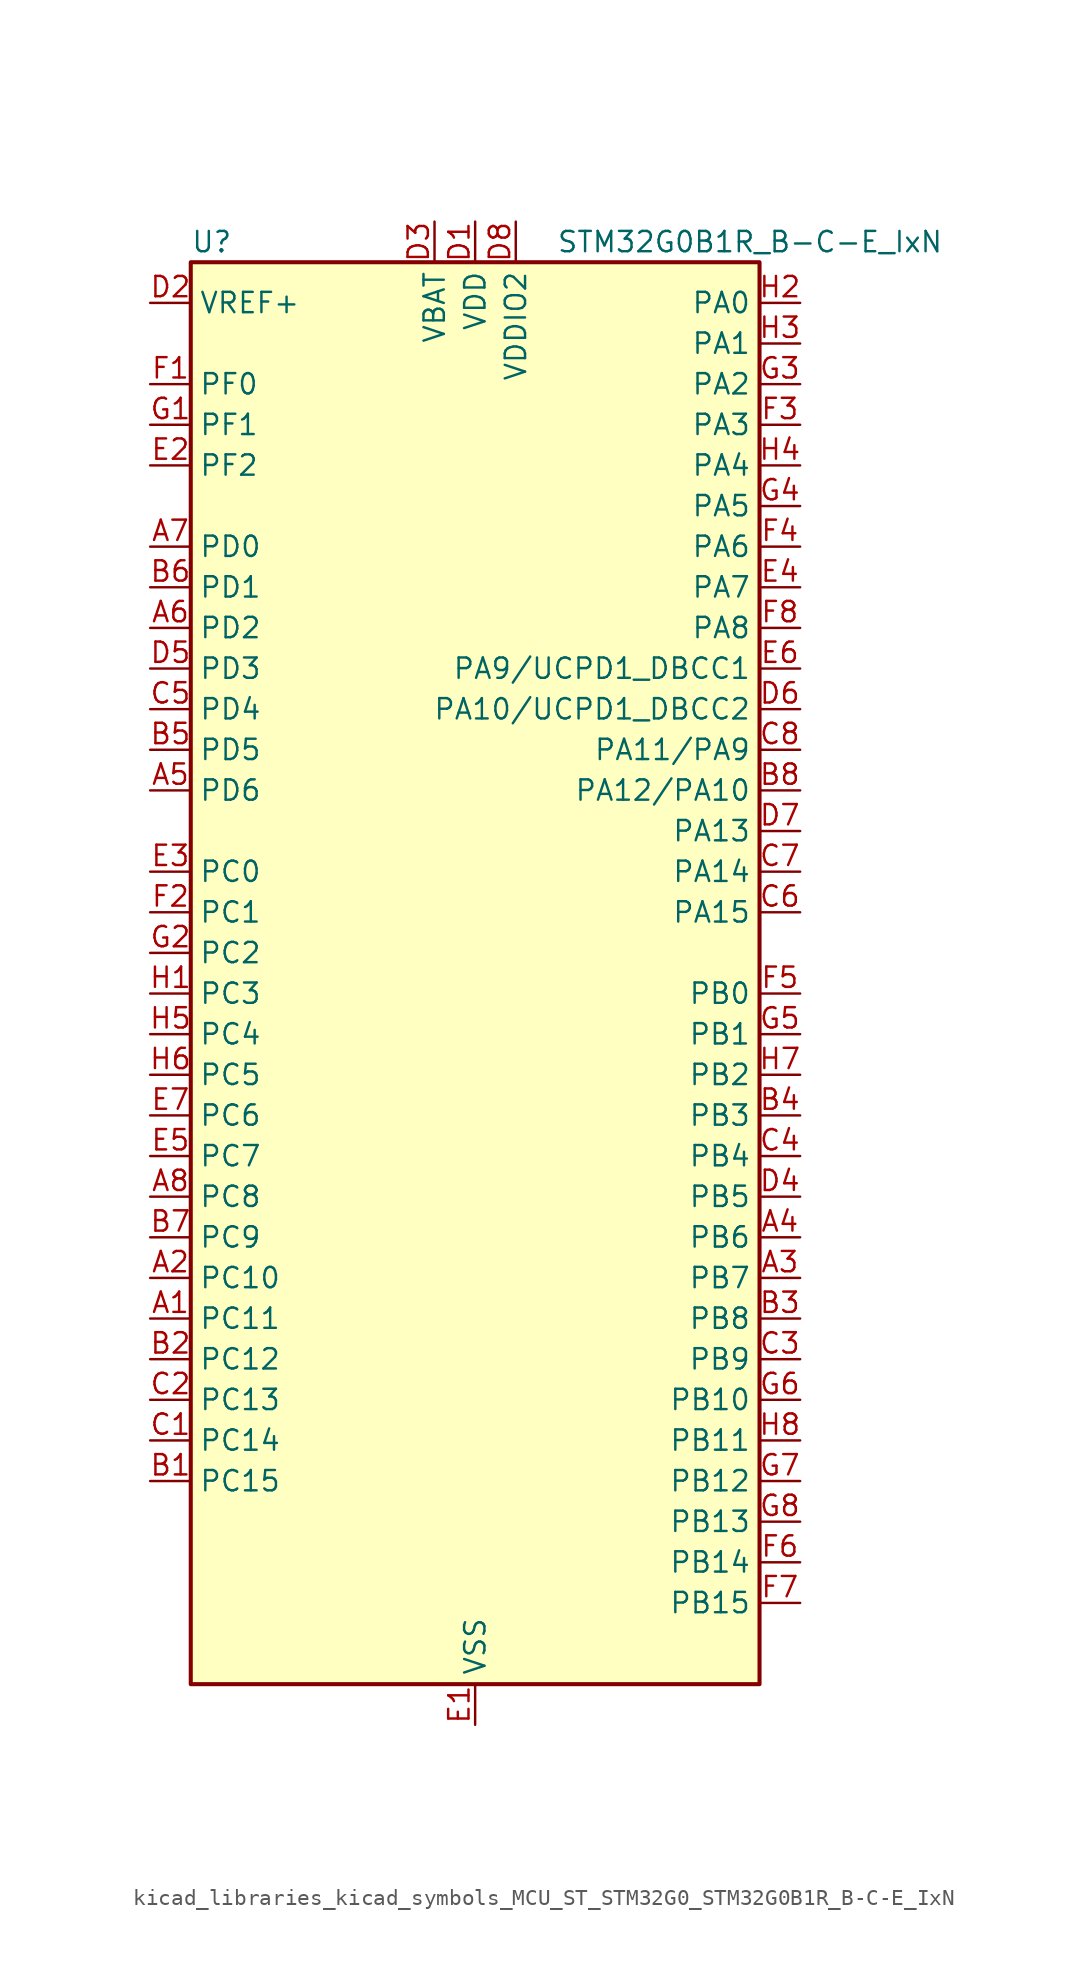
<source format=kicad_sym>
(kicad_symbol_lib
  (version 20220914)
  (generator kicad_symbol_editor)
  (symbol "kicad_libraries_kicad_symbols_MCU_ST_STM32G0_STM32G0B1R_B-C-E_IxN"
    (property "Reference" "U"
      (at -17.78 46.99 0)
      (effects (font (size 1.27 1.27)) (justify left)))
    (property "Value" "STM32G0B1R_B-C-E_IxN"
      (at 5.08 46.99 0)
      (effects (font (size 1.27 1.27)) (justify left)))
    (property "ki_locked" ""
      (at 0 0 0)
      (effects (font (size 1.27 1.27))))
    (symbol "kicad_libraries_kicad_symbols_MCU_ST_STM32G0_STM32G0B1R_B-C-E_IxN_0_1"
      (rectangle (start -17.78 -43.18) (end 17.78 45.72) (stroke (width 0.254) (type default)) (fill (type background))))
    (symbol "kicad_libraries_kicad_symbols_MCU_ST_STM32G0_STM32G0B1R_B-C-E_IxN_1_1"
      (pin bidirectional line (at -20.32 -20.32 0) (length 2.54) (name "PC11" (effects (font (size 1.27 1.27)))) (number "A1" (effects (font (size 1.27 1.27)))) (alternate "ADC1_EXTI11" bidirectional line) (alternate "SPI3_MISO" bidirectional line) (alternate "TIM1_CH4" bidirectional line) (alternate "USART3_RX" bidirectional line) (alternate "USART4_RX" bidirectional line))
      (pin bidirectional line (at -20.32 -17.78 0) (length 2.54) (name "PC10" (effects (font (size 1.27 1.27)))) (number "A2" (effects (font (size 1.27 1.27)))) (alternate "SPI3_SCK" bidirectional line) (alternate "TIM1_CH3" bidirectional line) (alternate "USART3_TX" bidirectional line) (alternate "USART4_TX" bidirectional line))
      (pin bidirectional line (at 20.32 -17.78 180) (length 2.54) (name "PB7" (effects (font (size 1.27 1.27)))) (number "A3" (effects (font (size 1.27 1.27)))) (alternate "COMP2_INM" bidirectional line) (alternate "I2C1_SDA" bidirectional line) (alternate "I2S2_SD" bidirectional line) (alternate "LPTIM1_IN2" bidirectional line) (alternate "LPUART2_RX" bidirectional line) (alternate "SPI2_MOSI" bidirectional line) (alternate "SYS_PVD_IN" bidirectional line) (alternate "TIM17_CH1N" bidirectional line) (alternate "TIM4_CH2" bidirectional line) (alternate "USART1_RX" bidirectional line) (alternate "USART4_CTS" bidirectional line) (alternate "USART4_NSS" bidirectional line))
      (pin bidirectional line (at 20.32 -15.24 180) (length 2.54) (name "PB6" (effects (font (size 1.27 1.27)))) (number "A4" (effects (font (size 1.27 1.27)))) (alternate "COMP2_INP" bidirectional line) (alternate "FDCAN2_TX" bidirectional line) (alternate "I2C1_SCL" bidirectional line) (alternate "I2S2_MCK" bidirectional line) (alternate "LPTIM1_ETR" bidirectional line) (alternate "LPUART2_TX" bidirectional line) (alternate "SPI2_MISO" bidirectional line) (alternate "TIM16_CH1N" bidirectional line) (alternate "TIM1_CH3" bidirectional line) (alternate "TIM4_CH1" bidirectional line) (alternate "USART1_TX" bidirectional line) (alternate "USART5_CTS" bidirectional line) (alternate "USART5_NSS" bidirectional line))
      (pin bidirectional line (at -20.32 12.7 0) (length 2.54) (name "PD6" (effects (font (size 1.27 1.27)))) (number "A5" (effects (font (size 1.27 1.27)))) (alternate "I2S1_SD" bidirectional line) (alternate "LPTIM2_OUT" bidirectional line) (alternate "SPI1_MOSI" bidirectional line) (alternate "USART2_RX" bidirectional line))
      (pin bidirectional line (at -20.32 22.86 0) (length 2.54) (name "PD2" (effects (font (size 1.27 1.27)))) (number "A6" (effects (font (size 1.27 1.27)))) (alternate "TIM1_CH1N" bidirectional line) (alternate "TIM3_ETR" bidirectional line) (alternate "UCPD2_CC2" bidirectional line) (alternate "USART3_CK" bidirectional line) (alternate "USART3_DE" bidirectional line) (alternate "USART3_RTS" bidirectional line) (alternate "USART5_RX" bidirectional line))
      (pin bidirectional line (at -20.32 27.94 0) (length 2.54) (name "PD0" (effects (font (size 1.27 1.27)))) (number "A7" (effects (font (size 1.27 1.27)))) (alternate "FDCAN1_RX" bidirectional line) (alternate "I2S2_WS" bidirectional line) (alternate "SPI2_NSS" bidirectional line) (alternate "TIM16_CH1" bidirectional line) (alternate "UCPD2_CC1" bidirectional line))
      (pin bidirectional line (at -20.32 -12.7 0) (length 2.54) (name "PC8" (effects (font (size 1.27 1.27)))) (number "A8" (effects (font (size 1.27 1.27)))) (alternate "LPUART2_CTS" bidirectional line) (alternate "TIM1_CH1" bidirectional line) (alternate "TIM3_CH3" bidirectional line) (alternate "UCPD2_FRSTX1" bidirectional line) (alternate "UCPD2_FRSTX2" bidirectional line))
      (pin bidirectional line (at -20.32 -30.48 0) (length 2.54) (name "PC15" (effects (font (size 1.27 1.27)))) (number "B1" (effects (font (size 1.27 1.27)))) (alternate "RCC_OSC32_EN" bidirectional line) (alternate "RCC_OSC32_OUT" bidirectional line) (alternate "RCC_OSC_EN" bidirectional line) (alternate "TIM15_BK" bidirectional line))
      (pin bidirectional line (at -20.32 -22.86 0) (length 2.54) (name "PC12" (effects (font (size 1.27 1.27)))) (number "B2" (effects (font (size 1.27 1.27)))) (alternate "LPTIM1_IN1" bidirectional line) (alternate "SPI3_MOSI" bidirectional line) (alternate "TIM14_CH1" bidirectional line) (alternate "UCPD1_FRSTX1" bidirectional line) (alternate "UCPD1_FRSTX2" bidirectional line) (alternate "USART5_TX" bidirectional line))
      (pin bidirectional line (at 20.32 -20.32 180) (length 2.54) (name "PB8" (effects (font (size 1.27 1.27)))) (number "B3" (effects (font (size 1.27 1.27)))) (alternate "CEC" bidirectional line) (alternate "FDCAN1_RX" bidirectional line) (alternate "I2C1_SCL" bidirectional line) (alternate "I2S2_CK" bidirectional line) (alternate "SPI2_SCK" bidirectional line) (alternate "TIM15_BK" bidirectional line) (alternate "TIM16_CH1" bidirectional line) (alternate "TIM4_CH3" bidirectional line) (alternate "USART3_TX" bidirectional line) (alternate "USART6_TX" bidirectional line))
      (pin bidirectional line (at 20.32 -7.62 180) (length 2.54) (name "PB3" (effects (font (size 1.27 1.27)))) (number "B4" (effects (font (size 1.27 1.27)))) (alternate "COMP2_INM" bidirectional line) (alternate "I2C2_SCL" bidirectional line) (alternate "I2C3_SCL" bidirectional line) (alternate "I2S1_CK" bidirectional line) (alternate "SPI1_SCK" bidirectional line) (alternate "SPI3_SCK" bidirectional line) (alternate "TIM1_CH2" bidirectional line) (alternate "TIM2_CH2" bidirectional line) (alternate "USART1_CK" bidirectional line) (alternate "USART1_DE" bidirectional line) (alternate "USART1_RTS" bidirectional line) (alternate "USART5_TX" bidirectional line))
      (pin bidirectional line (at -20.32 15.24 0) (length 2.54) (name "PD5" (effects (font (size 1.27 1.27)))) (number "B5" (effects (font (size 1.27 1.27)))) (alternate "I2S1_MCK" bidirectional line) (alternate "SPI1_MISO" bidirectional line) (alternate "TIM1_BK" bidirectional line) (alternate "USART2_TX" bidirectional line) (alternate "USART5_CTS" bidirectional line) (alternate "USART5_NSS" bidirectional line))
      (pin bidirectional line (at -20.32 25.4 0) (length 2.54) (name "PD1" (effects (font (size 1.27 1.27)))) (number "B6" (effects (font (size 1.27 1.27)))) (alternate "FDCAN1_TX" bidirectional line) (alternate "I2S2_CK" bidirectional line) (alternate "SPI2_SCK" bidirectional line) (alternate "TIM17_CH1" bidirectional line) (alternate "UCPD2_DBCC1" bidirectional line))
      (pin bidirectional line (at -20.32 -15.24 0) (length 2.54) (name "PC9" (effects (font (size 1.27 1.27)))) (number "B7" (effects (font (size 1.27 1.27)))) (alternate "DAC1_EXTI9" bidirectional line) (alternate "I2S_CKIN" bidirectional line) (alternate "LPUART2_DE" bidirectional line) (alternate "LPUART2_RTS" bidirectional line) (alternate "TIM1_CH2" bidirectional line) (alternate "TIM3_CH4" bidirectional line) (alternate "USB_NOE" bidirectional line))
      (pin bidirectional line (at 20.32 12.7 180) (length 2.54) (name "PA12/PA10" (effects (font (size 1.27 1.27)))) (number "B8" (effects (font (size 1.27 1.27)))) (alternate "COMP2_OUT" bidirectional line) (alternate "FDCAN1_TX" bidirectional line) (alternate "I2C2_SDA" bidirectional line) (alternate "I2S1_SD" bidirectional line) (alternate "I2S_CKIN" bidirectional line) (alternate "SPI1_MOSI" bidirectional line) (alternate "TIM1_ETR" bidirectional line) (alternate "USART1_CK" bidirectional line) (alternate "USART1_DE" bidirectional line) (alternate "USART1_RTS" bidirectional line) (alternate "USB_DP" bidirectional line))
      (pin bidirectional line (at -20.32 -27.94 0) (length 2.54) (name "PC14" (effects (font (size 1.27 1.27)))) (number "C1" (effects (font (size 1.27 1.27)))) (alternate "RCC_OSC32_IN" bidirectional line) (alternate "TIM1_BK2" bidirectional line))
      (pin bidirectional line (at -20.32 -25.4 0) (length 2.54) (name "PC13" (effects (font (size 1.27 1.27)))) (number "C2" (effects (font (size 1.27 1.27)))) (alternate "RTC_OUT1" bidirectional line) (alternate "RTC_TAMP_IN1" bidirectional line) (alternate "RTC_TS" bidirectional line) (alternate "SYS_WKUP2" bidirectional line) (alternate "TIM1_BK" bidirectional line))
      (pin bidirectional line (at 20.32 -22.86 180) (length 2.54) (name "PB9" (effects (font (size 1.27 1.27)))) (number "C3" (effects (font (size 1.27 1.27)))) (alternate "DAC1_EXTI9" bidirectional line) (alternate "FDCAN1_TX" bidirectional line) (alternate "I2C1_SDA" bidirectional line) (alternate "I2S2_WS" bidirectional line) (alternate "IR_OUT" bidirectional line) (alternate "SPI2_NSS" bidirectional line) (alternate "TIM17_CH1" bidirectional line) (alternate "TIM4_CH4" bidirectional line) (alternate "UCPD2_FRSTX1" bidirectional line) (alternate "UCPD2_FRSTX2" bidirectional line) (alternate "USART3_RX" bidirectional line) (alternate "USART6_RX" bidirectional line))
      (pin bidirectional line (at 20.32 -10.16 180) (length 2.54) (name "PB4" (effects (font (size 1.27 1.27)))) (number "C4" (effects (font (size 1.27 1.27)))) (alternate "COMP2_INP" bidirectional line) (alternate "I2C2_SDA" bidirectional line) (alternate "I2C3_SDA" bidirectional line) (alternate "I2S1_MCK" bidirectional line) (alternate "SPI1_MISO" bidirectional line) (alternate "SPI3_MISO" bidirectional line) (alternate "TIM17_BK" bidirectional line) (alternate "TIM3_CH1" bidirectional line) (alternate "USART1_CTS" bidirectional line) (alternate "USART1_NSS" bidirectional line) (alternate "USART5_RX" bidirectional line))
      (pin bidirectional line (at -20.32 17.78 0) (length 2.54) (name "PD4" (effects (font (size 1.27 1.27)))) (number "C5" (effects (font (size 1.27 1.27)))) (alternate "I2S2_SD" bidirectional line) (alternate "SPI2_MOSI" bidirectional line) (alternate "TIM1_CH3N" bidirectional line) (alternate "USART2_CK" bidirectional line) (alternate "USART2_DE" bidirectional line) (alternate "USART2_RTS" bidirectional line) (alternate "USART5_CK" bidirectional line) (alternate "USART5_DE" bidirectional line) (alternate "USART5_RTS" bidirectional line))
      (pin bidirectional line (at 20.32 5.08 180) (length 2.54) (name "PA15" (effects (font (size 1.27 1.27)))) (number "C6" (effects (font (size 1.27 1.27)))) (alternate "I2C2_SMBA" bidirectional line) (alternate "I2S1_WS" bidirectional line) (alternate "RCC_MCO_2" bidirectional line) (alternate "SPI1_NSS" bidirectional line) (alternate "SPI3_NSS" bidirectional line) (alternate "TIM2_CH1" bidirectional line) (alternate "TIM2_ETR" bidirectional line) (alternate "USART2_RX" bidirectional line) (alternate "USART3_CK" bidirectional line) (alternate "USART3_DE" bidirectional line) (alternate "USART3_RTS" bidirectional line) (alternate "USART4_CK" bidirectional line) (alternate "USART4_DE" bidirectional line) (alternate "USART4_RTS" bidirectional line) (alternate "USB_NOE" bidirectional line))
      (pin bidirectional line (at 20.32 7.62 180) (length 2.54) (name "PA14" (effects (font (size 1.27 1.27)))) (number "C7" (effects (font (size 1.27 1.27)))) (alternate "LPUART2_TX" bidirectional line) (alternate "SYS_SWCLK" bidirectional line) (alternate "USART2_TX" bidirectional line))
      (pin bidirectional line (at 20.32 15.24 180) (length 2.54) (name "PA11/PA9" (effects (font (size 1.27 1.27)))) (number "C8" (effects (font (size 1.27 1.27)))) (alternate "ADC1_EXTI11" bidirectional line) (alternate "COMP1_OUT" bidirectional line) (alternate "FDCAN1_RX" bidirectional line) (alternate "I2C2_SCL" bidirectional line) (alternate "I2S1_MCK" bidirectional line) (alternate "SPI1_MISO" bidirectional line) (alternate "TIM1_BK2" bidirectional line) (alternate "TIM1_CH4" bidirectional line) (alternate "USART1_CTS" bidirectional line) (alternate "USART1_NSS" bidirectional line) (alternate "USB_DM" bidirectional line))
      (pin power_in line (at 0 48.26 270) (length 2.54) (name "VDD" (effects (font (size 1.27 1.27)))) (number "D1" (effects (font (size 1.27 1.27)))))
      (pin input line (at -20.32 43.18 0) (length 2.54) (name "VREF+" (effects (font (size 1.27 1.27)))) (number "D2" (effects (font (size 1.27 1.27)))) (alternate "VREFBUF_OUT" bidirectional line))
      (pin power_in line (at -2.54 48.26 270) (length 2.54) (name "VBAT" (effects (font (size 1.27 1.27)))) (number "D3" (effects (font (size 1.27 1.27)))))
      (pin bidirectional line (at 20.32 -12.7 180) (length 2.54) (name "PB5" (effects (font (size 1.27 1.27)))) (number "D4" (effects (font (size 1.27 1.27)))) (alternate "COMP2_OUT" bidirectional line) (alternate "FDCAN2_RX" bidirectional line) (alternate "I2C1_SMBA" bidirectional line) (alternate "I2S1_SD" bidirectional line) (alternate "LPTIM1_IN1" bidirectional line) (alternate "SPI1_MOSI" bidirectional line) (alternate "SPI3_MOSI" bidirectional line) (alternate "SYS_WKUP6" bidirectional line) (alternate "TIM16_BK" bidirectional line) (alternate "TIM3_CH2" bidirectional line) (alternate "USART5_CK" bidirectional line) (alternate "USART5_DE" bidirectional line) (alternate "USART5_RTS" bidirectional line))
      (pin bidirectional line (at -20.32 20.32 0) (length 2.54) (name "PD3" (effects (font (size 1.27 1.27)))) (number "D5" (effects (font (size 1.27 1.27)))) (alternate "I2S2_MCK" bidirectional line) (alternate "SPI2_MISO" bidirectional line) (alternate "TIM1_CH2N" bidirectional line) (alternate "UCPD2_DBCC2" bidirectional line) (alternate "USART2_CTS" bidirectional line) (alternate "USART2_NSS" bidirectional line) (alternate "USART5_TX" bidirectional line))
      (pin bidirectional line (at 20.32 17.78 180) (length 2.54) (name "PA10/UCPD1_DBCC2" (effects (font (size 1.27 1.27)))) (number "D6" (effects (font (size 1.27 1.27)))) (alternate "I2C1_SDA" bidirectional line) (alternate "I2C2_SDA" bidirectional line) (alternate "I2S2_SD" bidirectional line) (alternate "RCC_MCO_2" bidirectional line) (alternate "SPI2_MOSI" bidirectional line) (alternate "TIM17_BK" bidirectional line) (alternate "TIM1_CH3" bidirectional line) (alternate "UCPD1_DBCC2" bidirectional line) (alternate "USART1_RX" bidirectional line))
      (pin bidirectional line (at 20.32 10.16 180) (length 2.54) (name "PA13" (effects (font (size 1.27 1.27)))) (number "D7" (effects (font (size 1.27 1.27)))) (alternate "IR_OUT" bidirectional line) (alternate "LPUART2_RX" bidirectional line) (alternate "SYS_SWDIO" bidirectional line) (alternate "USB_NOE" bidirectional line))
      (pin power_in line (at 2.54 48.26 270) (length 2.54) (name "VDDIO2" (effects (font (size 1.27 1.27)))) (number "D8" (effects (font (size 1.27 1.27)))))
      (pin power_in line (at 0 -45.72 90) (length 2.54) (name "VSS" (effects (font (size 1.27 1.27)))) (number "E1" (effects (font (size 1.27 1.27)))))
      (pin bidirectional line (at -20.32 33.02 0) (length 2.54) (name "PF2" (effects (font (size 1.27 1.27)))) (number "E2" (effects (font (size 1.27 1.27)))) (alternate "LPUART2_DE" bidirectional line) (alternate "LPUART2_RTS" bidirectional line) (alternate "LPUART2_TX" bidirectional line) (alternate "RCC_MCO" bidirectional line))
      (pin bidirectional line (at -20.32 7.62 0) (length 2.54) (name "PC0" (effects (font (size 1.27 1.27)))) (number "E3" (effects (font (size 1.27 1.27)))) (alternate "COMP3_INM" bidirectional line) (alternate "COMP3_OUT" bidirectional line) (alternate "I2C3_SCL" bidirectional line) (alternate "LPTIM1_IN1" bidirectional line) (alternate "LPTIM2_IN1" bidirectional line) (alternate "LPUART1_RX" bidirectional line) (alternate "LPUART2_TX" bidirectional line) (alternate "USART6_TX" bidirectional line))
      (pin bidirectional line (at 20.32 25.4 180) (length 2.54) (name "PA7" (effects (font (size 1.27 1.27)))) (number "E4" (effects (font (size 1.27 1.27)))) (alternate "ADC1_IN7" bidirectional line) (alternate "COMP2_OUT" bidirectional line) (alternate "I2C2_SCL" bidirectional line) (alternate "I2C3_SCL" bidirectional line) (alternate "I2S1_SD" bidirectional line) (alternate "SPI1_MOSI" bidirectional line) (alternate "TIM14_CH1" bidirectional line) (alternate "TIM17_CH1" bidirectional line) (alternate "TIM1_CH1N" bidirectional line) (alternate "TIM3_CH2" bidirectional line) (alternate "UCPD1_FRSTX1" bidirectional line) (alternate "UCPD1_FRSTX2" bidirectional line) (alternate "USART6_CK" bidirectional line) (alternate "USART6_DE" bidirectional line) (alternate "USART6_RTS" bidirectional line))
      (pin bidirectional line (at -20.32 -10.16 0) (length 2.54) (name "PC7" (effects (font (size 1.27 1.27)))) (number "E5" (effects (font (size 1.27 1.27)))) (alternate "LPUART2_RX" bidirectional line) (alternate "TIM2_CH4" bidirectional line) (alternate "TIM3_CH2" bidirectional line) (alternate "UCPD2_FRSTX1" bidirectional line) (alternate "UCPD2_FRSTX2" bidirectional line))
      (pin bidirectional line (at 20.32 20.32 180) (length 2.54) (name "PA9/UCPD1_DBCC1" (effects (font (size 1.27 1.27)))) (number "E6" (effects (font (size 1.27 1.27)))) (alternate "DAC1_EXTI9" bidirectional line) (alternate "I2C1_SCL" bidirectional line) (alternate "I2C2_SCL" bidirectional line) (alternate "I2S2_MCK" bidirectional line) (alternate "RCC_MCO" bidirectional line) (alternate "SPI2_MISO" bidirectional line) (alternate "TIM15_BK" bidirectional line) (alternate "TIM1_CH2" bidirectional line) (alternate "UCPD1_DBCC1" bidirectional line) (alternate "USART1_TX" bidirectional line))
      (pin bidirectional line (at -20.32 -7.62 0) (length 2.54) (name "PC6" (effects (font (size 1.27 1.27)))) (number "E7" (effects (font (size 1.27 1.27)))) (alternate "LPUART2_TX" bidirectional line) (alternate "TIM2_CH3" bidirectional line) (alternate "TIM3_CH1" bidirectional line) (alternate "UCPD1_FRSTX1" bidirectional line) (alternate "UCPD1_FRSTX2" bidirectional line))
      (pin passive line (at 0 -45.72 90) (length 2.54) hide (name "VSS" (effects (font (size 1.27 1.27)))) (number "E8" (effects (font (size 1.27 1.27)))))
      (pin bidirectional line (at -20.32 38.1 0) (length 2.54) (name "PF0" (effects (font (size 1.27 1.27)))) (number "F1" (effects (font (size 1.27 1.27)))) (alternate "CRS1_SYNC" bidirectional line) (alternate "RCC_OSC_IN" bidirectional line) (alternate "TIM14_CH1" bidirectional line))
      (pin bidirectional line (at -20.32 5.08 0) (length 2.54) (name "PC1" (effects (font (size 1.27 1.27)))) (number "F2" (effects (font (size 1.27 1.27)))) (alternate "COMP3_INP" bidirectional line) (alternate "I2C3_SDA" bidirectional line) (alternate "LPTIM1_OUT" bidirectional line) (alternate "LPUART1_TX" bidirectional line) (alternate "LPUART2_RX" bidirectional line) (alternate "TIM15_CH1" bidirectional line) (alternate "USART6_RX" bidirectional line))
      (pin bidirectional line (at 20.32 35.56 180) (length 2.54) (name "PA3" (effects (font (size 1.27 1.27)))) (number "F3" (effects (font (size 1.27 1.27)))) (alternate "ADC1_IN3" bidirectional line) (alternate "COMP2_INP" bidirectional line) (alternate "I2S2_MCK" bidirectional line) (alternate "LPUART1_RX" bidirectional line) (alternate "SPI2_MISO" bidirectional line) (alternate "TIM15_CH2" bidirectional line) (alternate "TIM2_CH4" bidirectional line) (alternate "UCPD2_FRSTX1" bidirectional line) (alternate "UCPD2_FRSTX2" bidirectional line) (alternate "USART2_RX" bidirectional line))
      (pin bidirectional line (at 20.32 27.94 180) (length 2.54) (name "PA6" (effects (font (size 1.27 1.27)))) (number "F4" (effects (font (size 1.27 1.27)))) (alternate "ADC1_IN6" bidirectional line) (alternate "COMP1_OUT" bidirectional line) (alternate "I2C2_SDA" bidirectional line) (alternate "I2C3_SDA" bidirectional line) (alternate "I2S1_MCK" bidirectional line) (alternate "LPUART1_CTS" bidirectional line) (alternate "SPI1_MISO" bidirectional line) (alternate "TIM16_CH1" bidirectional line) (alternate "TIM1_BK" bidirectional line) (alternate "TIM3_CH1" bidirectional line) (alternate "USART3_CTS" bidirectional line) (alternate "USART3_NSS" bidirectional line) (alternate "USART6_CTS" bidirectional line) (alternate "USART6_NSS" bidirectional line))
      (pin bidirectional line (at 20.32 0 180) (length 2.54) (name "PB0" (effects (font (size 1.27 1.27)))) (number "F5" (effects (font (size 1.27 1.27)))) (alternate "ADC1_IN8" bidirectional line) (alternate "COMP1_OUT" bidirectional line) (alternate "COMP3_INP" bidirectional line) (alternate "FDCAN2_RX" bidirectional line) (alternate "I2S1_WS" bidirectional line) (alternate "LPTIM1_OUT" bidirectional line) (alternate "LPUART2_CTS" bidirectional line) (alternate "SPI1_NSS" bidirectional line) (alternate "TIM1_CH2N" bidirectional line) (alternate "TIM3_CH3" bidirectional line) (alternate "UCPD1_FRSTX1" bidirectional line) (alternate "UCPD1_FRSTX2" bidirectional line) (alternate "USART3_RX" bidirectional line) (alternate "USART5_TX" bidirectional line))
      (pin bidirectional line (at 20.32 -35.56 180) (length 2.54) (name "PB14" (effects (font (size 1.27 1.27)))) (number "F6" (effects (font (size 1.27 1.27)))) (alternate "I2C2_SDA" bidirectional line) (alternate "I2S2_MCK" bidirectional line) (alternate "SPI2_MISO" bidirectional line) (alternate "TIM15_CH1" bidirectional line) (alternate "TIM1_CH2N" bidirectional line) (alternate "UCPD1_FRSTX1" bidirectional line) (alternate "UCPD1_FRSTX2" bidirectional line) (alternate "USART3_CK" bidirectional line) (alternate "USART3_DE" bidirectional line) (alternate "USART3_RTS" bidirectional line) (alternate "USART6_CK" bidirectional line) (alternate "USART6_DE" bidirectional line) (alternate "USART6_RTS" bidirectional line))
      (pin bidirectional line (at 20.32 -38.1 180) (length 2.54) (name "PB15" (effects (font (size 1.27 1.27)))) (number "F7" (effects (font (size 1.27 1.27)))) (alternate "I2S2_SD" bidirectional line) (alternate "RTC_REFIN" bidirectional line) (alternate "SPI2_MOSI" bidirectional line) (alternate "TIM15_CH1N" bidirectional line) (alternate "TIM15_CH2" bidirectional line) (alternate "TIM1_CH3N" bidirectional line) (alternate "UCPD1_CC2" bidirectional line) (alternate "USART6_CTS" bidirectional line) (alternate "USART6_NSS" bidirectional line))
      (pin bidirectional line (at 20.32 22.86 180) (length 2.54) (name "PA8" (effects (font (size 1.27 1.27)))) (number "F8" (effects (font (size 1.27 1.27)))) (alternate "CRS1_SYNC" bidirectional line) (alternate "I2C2_SMBA" bidirectional line) (alternate "I2S2_WS" bidirectional line) (alternate "LPTIM2_OUT" bidirectional line) (alternate "RCC_MCO" bidirectional line) (alternate "SPI2_NSS" bidirectional line) (alternate "TIM1_CH1" bidirectional line) (alternate "UCPD1_CC1" bidirectional line))
      (pin bidirectional line (at -20.32 35.56 0) (length 2.54) (name "PF1" (effects (font (size 1.27 1.27)))) (number "G1" (effects (font (size 1.27 1.27)))) (alternate "RCC_OSC_EN" bidirectional line) (alternate "RCC_OSC_OUT" bidirectional line) (alternate "TIM15_CH1N" bidirectional line))
      (pin bidirectional line (at -20.32 2.54 0) (length 2.54) (name "PC2" (effects (font (size 1.27 1.27)))) (number "G2" (effects (font (size 1.27 1.27)))) (alternate "COMP3_OUT" bidirectional line) (alternate "FDCAN2_RX" bidirectional line) (alternate "I2S2_MCK" bidirectional line) (alternate "LPTIM1_IN2" bidirectional line) (alternate "SPI2_MISO" bidirectional line) (alternate "TIM15_CH2" bidirectional line))
      (pin bidirectional line (at 20.32 38.1 180) (length 2.54) (name "PA2" (effects (font (size 1.27 1.27)))) (number "G3" (effects (font (size 1.27 1.27)))) (alternate "ADC1_IN2" bidirectional line) (alternate "COMP2_INM" bidirectional line) (alternate "COMP2_OUT" bidirectional line) (alternate "I2S1_SD" bidirectional line) (alternate "LPUART1_TX" bidirectional line) (alternate "RCC_LSCO" bidirectional line) (alternate "SPI1_MOSI" bidirectional line) (alternate "SYS_WKUP4" bidirectional line) (alternate "TIM15_CH1" bidirectional line) (alternate "TIM2_CH3" bidirectional line) (alternate "UCPD1_FRSTX1" bidirectional line) (alternate "UCPD1_FRSTX2" bidirectional line) (alternate "USART2_TX" bidirectional line))
      (pin bidirectional line (at 20.32 30.48 180) (length 2.54) (name "PA5" (effects (font (size 1.27 1.27)))) (number "G4" (effects (font (size 1.27 1.27)))) (alternate "ADC1_IN5" bidirectional line) (alternate "CEC" bidirectional line) (alternate "DAC1_OUT2" bidirectional line) (alternate "I2S1_CK" bidirectional line) (alternate "LPTIM2_ETR" bidirectional line) (alternate "SPI1_SCK" bidirectional line) (alternate "TIM2_CH1" bidirectional line) (alternate "TIM2_ETR" bidirectional line) (alternate "UCPD1_FRSTX1" bidirectional line) (alternate "UCPD1_FRSTX2" bidirectional line) (alternate "USART3_TX" bidirectional line) (alternate "USART6_RX" bidirectional line))
      (pin bidirectional line (at 20.32 -2.54 180) (length 2.54) (name "PB1" (effects (font (size 1.27 1.27)))) (number "G5" (effects (font (size 1.27 1.27)))) (alternate "ADC1_IN9" bidirectional line) (alternate "COMP1_INM" bidirectional line) (alternate "COMP3_OUT" bidirectional line) (alternate "FDCAN2_TX" bidirectional line) (alternate "LPTIM2_IN1" bidirectional line) (alternate "LPUART1_DE" bidirectional line) (alternate "LPUART1_RTS" bidirectional line) (alternate "LPUART2_DE" bidirectional line) (alternate "LPUART2_RTS" bidirectional line) (alternate "TIM14_CH1" bidirectional line) (alternate "TIM1_CH3N" bidirectional line) (alternate "TIM3_CH4" bidirectional line) (alternate "USART3_CK" bidirectional line) (alternate "USART3_DE" bidirectional line) (alternate "USART3_RTS" bidirectional line) (alternate "USART5_RX" bidirectional line))
      (pin bidirectional line (at 20.32 -25.4 180) (length 2.54) (name "PB10" (effects (font (size 1.27 1.27)))) (number "G6" (effects (font (size 1.27 1.27)))) (alternate "ADC1_IN11" bidirectional line) (alternate "CEC" bidirectional line) (alternate "COMP1_OUT" bidirectional line) (alternate "I2C2_SCL" bidirectional line) (alternate "I2S2_CK" bidirectional line) (alternate "LPUART1_RX" bidirectional line) (alternate "SPI2_SCK" bidirectional line) (alternate "TIM2_CH3" bidirectional line) (alternate "USART3_TX" bidirectional line))
      (pin bidirectional line (at 20.32 -30.48 180) (length 2.54) (name "PB12" (effects (font (size 1.27 1.27)))) (number "G7" (effects (font (size 1.27 1.27)))) (alternate "ADC1_IN16" bidirectional line) (alternate "FDCAN2_RX" bidirectional line) (alternate "I2C2_SMBA" bidirectional line) (alternate "I2S2_WS" bidirectional line) (alternate "LPUART1_DE" bidirectional line) (alternate "LPUART1_RTS" bidirectional line) (alternate "SPI2_NSS" bidirectional line) (alternate "TIM15_BK" bidirectional line) (alternate "TIM1_BK" bidirectional line) (alternate "UCPD2_FRSTX1" bidirectional line) (alternate "UCPD2_FRSTX2" bidirectional line))
      (pin bidirectional line (at 20.32 -33.02 180) (length 2.54) (name "PB13" (effects (font (size 1.27 1.27)))) (number "G8" (effects (font (size 1.27 1.27)))) (alternate "FDCAN2_TX" bidirectional line) (alternate "I2C2_SCL" bidirectional line) (alternate "I2S2_CK" bidirectional line) (alternate "LPUART1_CTS" bidirectional line) (alternate "SPI2_SCK" bidirectional line) (alternate "TIM15_CH1N" bidirectional line) (alternate "TIM1_CH1N" bidirectional line) (alternate "USART3_CTS" bidirectional line) (alternate "USART3_NSS" bidirectional line))
      (pin bidirectional line (at -20.32 0 0) (length 2.54) (name "PC3" (effects (font (size 1.27 1.27)))) (number "H1" (effects (font (size 1.27 1.27)))) (alternate "FDCAN2_TX" bidirectional line) (alternate "I2S2_SD" bidirectional line) (alternate "LPTIM1_ETR" bidirectional line) (alternate "LPTIM2_ETR" bidirectional line) (alternate "SPI2_MOSI" bidirectional line))
      (pin bidirectional line (at 20.32 43.18 180) (length 2.54) (name "PA0" (effects (font (size 1.27 1.27)))) (number "H2" (effects (font (size 1.27 1.27)))) (alternate "ADC1_IN0" bidirectional line) (alternate "COMP1_INM" bidirectional line) (alternate "COMP1_OUT" bidirectional line) (alternate "I2S2_CK" bidirectional line) (alternate "LPTIM1_OUT" bidirectional line) (alternate "RTC_TAMP_IN2" bidirectional line) (alternate "SPI2_SCK" bidirectional line) (alternate "SYS_WKUP1" bidirectional line) (alternate "TIM2_CH1" bidirectional line) (alternate "TIM2_ETR" bidirectional line) (alternate "UCPD2_FRSTX1" bidirectional line) (alternate "UCPD2_FRSTX2" bidirectional line) (alternate "USART2_CTS" bidirectional line) (alternate "USART2_NSS" bidirectional line) (alternate "USART4_TX" bidirectional line))
      (pin bidirectional line (at 20.32 40.64 180) (length 2.54) (name "PA1" (effects (font (size 1.27 1.27)))) (number "H3" (effects (font (size 1.27 1.27)))) (alternate "ADC1_IN1" bidirectional line) (alternate "COMP1_INP" bidirectional line) (alternate "I2C1_SMBA" bidirectional line) (alternate "I2S1_CK" bidirectional line) (alternate "SPI1_SCK" bidirectional line) (alternate "TIM15_CH1N" bidirectional line) (alternate "TIM2_CH2" bidirectional line) (alternate "USART2_CK" bidirectional line) (alternate "USART2_DE" bidirectional line) (alternate "USART2_RTS" bidirectional line) (alternate "USART4_RX" bidirectional line))
      (pin bidirectional line (at 20.32 33.02 180) (length 2.54) (name "PA4" (effects (font (size 1.27 1.27)))) (number "H4" (effects (font (size 1.27 1.27)))) (alternate "ADC1_IN4" bidirectional line) (alternate "DAC1_OUT1" bidirectional line) (alternate "I2S1_WS" bidirectional line) (alternate "I2S2_SD" bidirectional line) (alternate "LPTIM2_OUT" bidirectional line) (alternate "RTC_OUT2" bidirectional line) (alternate "SPI1_NSS" bidirectional line) (alternate "SPI2_MOSI" bidirectional line) (alternate "SPI3_NSS" bidirectional line) (alternate "TIM14_CH1" bidirectional line) (alternate "UCPD2_FRSTX1" bidirectional line) (alternate "UCPD2_FRSTX2" bidirectional line) (alternate "USART6_TX" bidirectional line) (alternate "USB_NOE" bidirectional line))
      (pin bidirectional line (at -20.32 -2.54 0) (length 2.54) (name "PC4" (effects (font (size 1.27 1.27)))) (number "H5" (effects (font (size 1.27 1.27)))) (alternate "ADC1_IN17" bidirectional line) (alternate "COMP1_INM" bidirectional line) (alternate "FDCAN1_RX" bidirectional line) (alternate "TIM2_CH1" bidirectional line) (alternate "TIM2_ETR" bidirectional line) (alternate "USART1_TX" bidirectional line) (alternate "USART3_TX" bidirectional line))
      (pin bidirectional line (at -20.32 -5.08 0) (length 2.54) (name "PC5" (effects (font (size 1.27 1.27)))) (number "H6" (effects (font (size 1.27 1.27)))) (alternate "ADC1_IN18" bidirectional line) (alternate "COMP1_INP" bidirectional line) (alternate "FDCAN1_TX" bidirectional line) (alternate "SYS_WKUP5" bidirectional line) (alternate "TIM2_CH2" bidirectional line) (alternate "USART1_RX" bidirectional line) (alternate "USART3_RX" bidirectional line))
      (pin bidirectional line (at 20.32 -5.08 180) (length 2.54) (name "PB2" (effects (font (size 1.27 1.27)))) (number "H7" (effects (font (size 1.27 1.27)))) (alternate "ADC1_IN10" bidirectional line) (alternate "COMP1_INP" bidirectional line) (alternate "COMP3_INM" bidirectional line) (alternate "I2S2_MCK" bidirectional line) (alternate "LPTIM1_OUT" bidirectional line) (alternate "RCC_MCO_2" bidirectional line) (alternate "SPI2_MISO" bidirectional line) (alternate "USART3_TX" bidirectional line))
      (pin bidirectional line (at 20.32 -27.94 180) (length 2.54) (name "PB11" (effects (font (size 1.27 1.27)))) (number "H8" (effects (font (size 1.27 1.27)))) (alternate "ADC1_EXTI11" bidirectional line) (alternate "ADC1_IN15" bidirectional line) (alternate "COMP2_OUT" bidirectional line) (alternate "I2C2_SDA" bidirectional line) (alternate "I2S2_SD" bidirectional line) (alternate "LPUART1_TX" bidirectional line) (alternate "SPI2_MOSI" bidirectional line) (alternate "TIM2_CH4" bidirectional line) (alternate "USART3_RX" bidirectional line)))))
</source>
